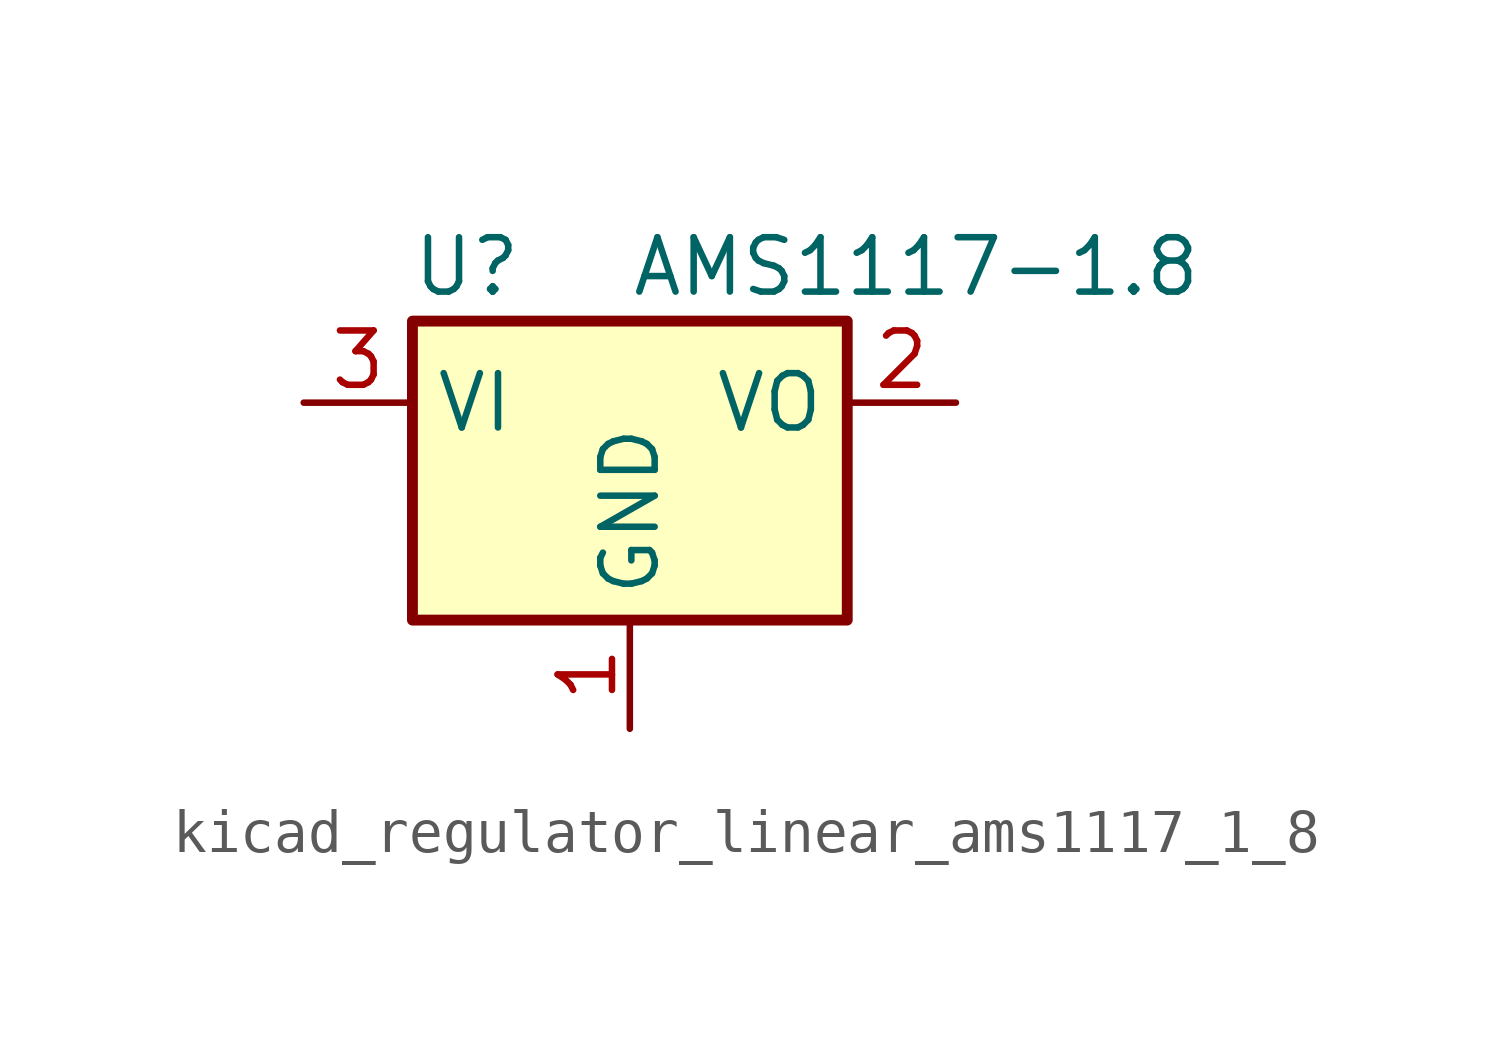
<source format=kicad_sym>
(kicad_symbol_lib
  (version 20220914)
  (generator kicad_symbol_editor)
  (symbol "kicad_regulator_linear_ams1117_1_8"
    (property "Reference" "U"
      (at -3.81 3.175 0)
      (effects (font (size 1.27 1.27))))
    (property "Value" "AMS1117-1.8"
      (at 0 3.175 0)
      (effects (font (size 1.27 1.27)) (justify left)))
    (symbol "kicad_regulator_linear_ams1117_1_8_0_1"
      (rectangle (start -5.08 -5.08) (end 5.08 1.905) (stroke (width 0.254) (type default)) (fill (type background))))
    (symbol "kicad_regulator_linear_ams1117_1_8_1_1"
      (pin power_in line (at 0 -7.62 90) (length 2.54) (name "GND" (effects (font (size 1.27 1.27)))) (number "1" (effects (font (size 1.27 1.27)))))
      (pin power_out line (at 7.62 0 180) (length 2.54) (name "VO" (effects (font (size 1.27 1.27)))) (number "2" (effects (font (size 1.27 1.27)))))
      (pin power_in line (at -7.62 0 0) (length 2.54) (name "VI" (effects (font (size 1.27 1.27)))) (number "3" (effects (font (size 1.27 1.27))))))))
</source>
